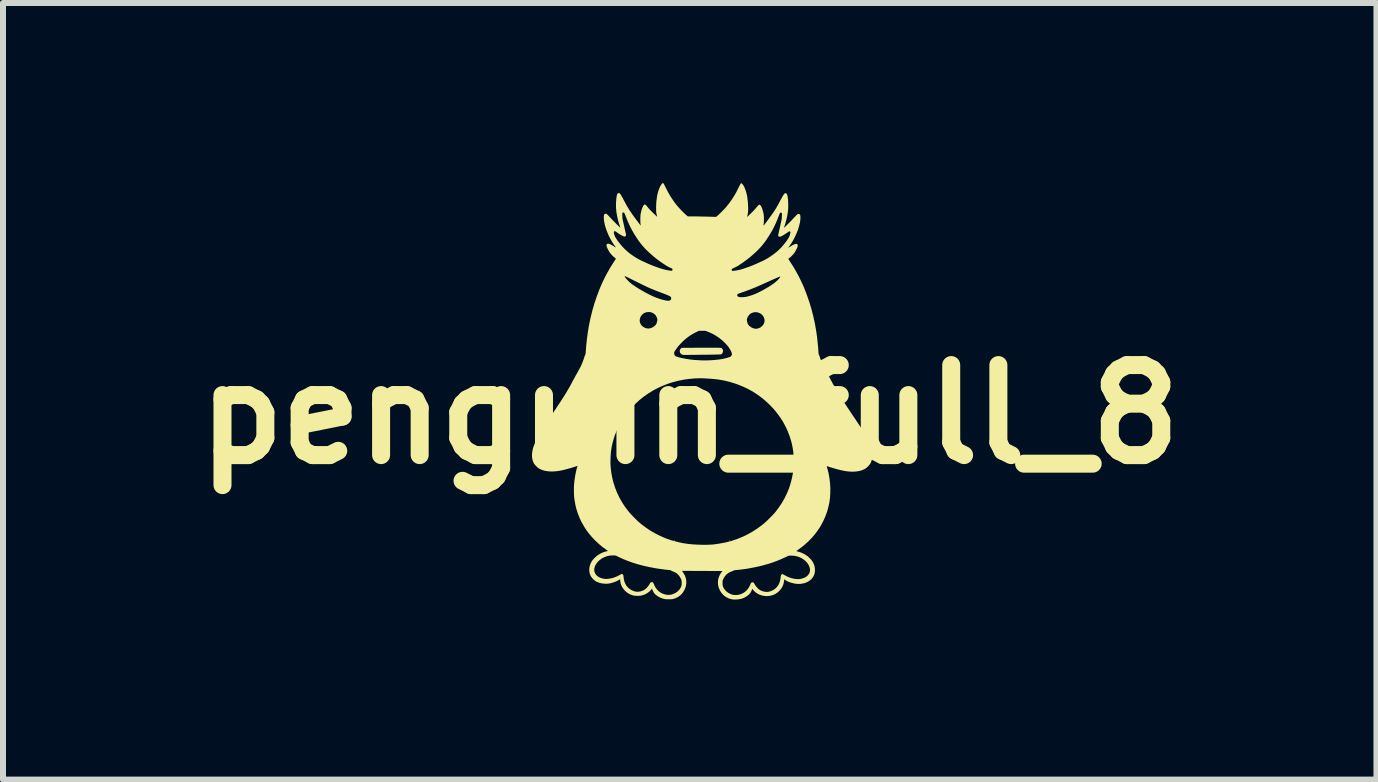
<source format=kicad_pcb>
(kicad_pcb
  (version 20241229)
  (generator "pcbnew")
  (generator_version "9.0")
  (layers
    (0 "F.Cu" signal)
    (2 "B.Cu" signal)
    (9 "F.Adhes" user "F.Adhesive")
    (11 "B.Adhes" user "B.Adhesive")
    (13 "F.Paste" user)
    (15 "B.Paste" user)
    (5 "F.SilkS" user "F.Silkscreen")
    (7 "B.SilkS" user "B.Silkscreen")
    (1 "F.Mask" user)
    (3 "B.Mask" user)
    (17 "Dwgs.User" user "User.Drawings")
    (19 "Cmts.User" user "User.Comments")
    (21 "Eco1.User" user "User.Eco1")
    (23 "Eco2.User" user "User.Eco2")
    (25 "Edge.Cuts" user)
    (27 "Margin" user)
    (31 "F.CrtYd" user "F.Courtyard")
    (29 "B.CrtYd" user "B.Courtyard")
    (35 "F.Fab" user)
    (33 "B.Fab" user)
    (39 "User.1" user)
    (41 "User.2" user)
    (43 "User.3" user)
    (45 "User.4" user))
  (footprint "penguin_full_8"
    (layer "F.Cu")
    (at 8.443 3.855)
    (property "Reference" "penguin_full_8" (at 0 0 0) (layer "F.SilkS") (effects (font (size 1.5 1.5) (thickness 0.3))))
    (attr board_only exclude_from_pos_files exclude_from_bom)
    (fp_poly (pts (xy -0.25 2.099) (xy -0.249 2.104) (xy -0.251 2.109) (xy -0.255 2.108) (xy -0.258 2.105) (xy -0.26 2.101) (xy -0.258 2.098) (xy -0.253 2.096)) (stroke (width 0) (type solid)) (fill yes) (layer "F.SilkS"))
    (fp_poly (pts (xy 0.67 2.095) (xy 0.673 2.099) (xy 0.671 2.102) (xy 0.666 2.106) (xy 0.663 2.105) (xy 0.662 2.101) (xy 0.663 2.094) (xy 0.667 2.093)) (stroke (width 0) (type solid)) (fill yes) (layer "F.SilkS"))
    (fp_poly (pts (xy 0.355 -1.111) (xy 0.386 -1.111) (xy 0.415 -1.111) (xy 0.44 -1.111) (xy 0.461 -1.111) (xy 0.477 -1.111) (xy 0.489 -1.11) (xy 0.495 -1.11) (xy 0.495 -1.11) (xy 0.51 -1.109) (xy 0.52 -1.108) (xy 0.527 -1.106) (xy 0.532 -1.103) (xy 0.537 -1.099) (xy 0.537 -1.099) (xy 0.548 -1.086) (xy 0.554 -1.07) (xy 0.555 -1.053) (xy 0.551 -1.035) (xy 0.543 -1.019) (xy 0.541 -1.015) (xy 0.538 -1.012) (xy 0.536 -1.009) (xy 0.533 -1.006) (xy 0.529 -1.004) (xy 0.524 -1.002) (xy 0.517 -1.001) (xy 0.507 -1) (xy 0.496 -0.999) (xy 0.481 -0.998) (xy 0.463 -0.997) (xy 0.441 -0.997) (xy 0.414 -0.996) (xy 0.383 -0.996) (xy 0.347 -0.995) (xy 0.306 -0.995) (xy 0.273 -0.994) (xy 0.233 -0.994) (xy 0.193 -0.994) (xy 0.154 -0.993) (xy 0.117 -0.993) (xy 0.083 -0.992) (xy 0.051 -0.992) (xy 0.023 -0.992) (xy -0.001 -0.991) (xy -0.02 -0.991) (xy -0.034 -0.991) (xy -0.034 -0.991) (xy -0.054 -0.991) (xy -0.073 -0.991) (xy -0.089 -0.991) (xy -0.101 -0.991) (xy -0.109 -0.992) (xy -0.11 -0.992) (xy -0.128 -0.997) (xy -0.143 -1.006) (xy -0.155 -1.019) (xy -0.163 -1.033) (xy -0.166 -1.049) (xy -0.166 -1.066) (xy -0.16 -1.081) (xy -0.15 -1.096) (xy -0.148 -1.098) (xy -0.141 -1.104) (xy -0.136 -1.108) (xy -0.135 -1.109) (xy -0.131 -1.109) (xy -0.121 -1.109) (xy -0.107 -1.109) (xy -0.088 -1.11) (xy -0.064 -1.11) (xy -0.037 -1.11) (xy -0.007 -1.11) (xy 0.026 -1.11) (xy 0.06 -1.11) (xy 0.097 -1.111) (xy 0.135 -1.111) (xy 0.173 -1.111) (xy 0.211 -1.111) (xy 0.249 -1.111) (xy 0.286 -1.111) (xy 0.322 -1.111)) (stroke (width 0) (type solid)) (fill yes) (layer "F.SilkS"))
    (fp_poly (pts (xy -0.441 -3.854) (xy -0.438 -3.851) (xy -0.433 -3.843) (xy -0.426 -3.831) (xy -0.418 -3.815) (xy -0.409 -3.797) (xy -0.401 -3.782) (xy -0.385 -3.749) (xy -0.371 -3.721) (xy -0.357 -3.696) (xy -0.344 -3.673) (xy -0.331 -3.651) (xy -0.318 -3.628) (xy -0.302 -3.605) (xy -0.294 -3.592) (xy -0.259 -3.541) (xy -0.223 -3.493) (xy -0.188 -3.452) (xy -0.175 -3.438) (xy -0.16 -3.421) (xy -0.143 -3.403) (xy -0.124 -3.384) (xy -0.106 -3.366) (xy -0.089 -3.349) (xy -0.073 -3.335) (xy -0.061 -3.323) (xy -0.055 -3.319) (xy -0.032 -3.299) (xy 0.066 -3.299) (xy 0.089 -3.299) (xy 0.11 -3.299) (xy 0.129 -3.298) (xy 0.148 -3.298) (xy 0.168 -3.298) (xy 0.188 -3.297) (xy 0.21 -3.297) (xy 0.235 -3.296) (xy 0.263 -3.296) (xy 0.295 -3.295) (xy 0.333 -3.294) (xy 0.365 -3.293) (xy 0.439 -3.291) (xy 0.467 -3.314) (xy 0.48 -3.326) (xy 0.496 -3.341) (xy 0.514 -3.359) (xy 0.534 -3.378) (xy 0.553 -3.398) (xy 0.572 -3.417) (xy 0.589 -3.435) (xy 0.601 -3.449) (xy 0.638 -3.494) (xy 0.674 -3.541) (xy 0.707 -3.589) (xy 0.723 -3.614) (xy 0.737 -3.637) (xy 0.751 -3.659) (xy 0.764 -3.681) (xy 0.777 -3.705) (xy 0.79 -3.732) (xy 0.806 -3.763) (xy 0.814 -3.779) (xy 0.824 -3.799) (xy 0.833 -3.817) (xy 0.841 -3.832) (xy 0.847 -3.843) (xy 0.852 -3.849) (xy 0.853 -3.851) (xy 0.862 -3.851) (xy 0.871 -3.845) (xy 0.881 -3.834) (xy 0.892 -3.819) (xy 0.903 -3.801) (xy 0.913 -3.779) (xy 0.923 -3.754) (xy 0.933 -3.728) (xy 0.941 -3.7) (xy 0.949 -3.671) (xy 0.955 -3.643) (xy 0.96 -3.614) (xy 0.961 -3.606) (xy 0.962 -3.59) (xy 0.965 -3.571) (xy 0.967 -3.552) (xy 0.968 -3.54) (xy 0.97 -3.523) (xy 0.971 -3.501) (xy 0.972 -3.477) (xy 0.973 -3.451) (xy 0.973 -3.437) (xy 0.973 -3.413) (xy 0.973 -3.395) (xy 0.972 -3.38) (xy 0.971 -3.367) (xy 0.97 -3.356) (xy 0.967 -3.344) (xy 0.966 -3.335) (xy 0.963 -3.321) (xy 0.96 -3.308) (xy 0.957 -3.298) (xy 0.956 -3.294) (xy 0.956 -3.292) (xy 0.957 -3.292) (xy 0.96 -3.294) (xy 0.966 -3.298) (xy 0.974 -3.306) (xy 0.985 -3.316) (xy 0.999 -3.33) (xy 1.017 -3.348) (xy 1.034 -3.364) (xy 1.051 -3.381) (xy 1.067 -3.398) (xy 1.083 -3.415) (xy 1.096 -3.43) (xy 1.107 -3.442) (xy 1.11 -3.446) (xy 1.126 -3.466) (xy 1.139 -3.48) (xy 1.15 -3.49) (xy 1.159 -3.495) (xy 1.161 -3.495) (xy 1.17 -3.492) (xy 1.179 -3.484) (xy 1.188 -3.47) (xy 1.198 -3.452) (xy 1.207 -3.429) (xy 1.215 -3.404) (xy 1.223 -3.375) (xy 1.23 -3.343) (xy 1.231 -3.338) (xy 1.233 -3.322) (xy 1.235 -3.301) (xy 1.236 -3.276) (xy 1.236 -3.25) (xy 1.236 -3.225) (xy 1.235 -3.2) (xy 1.233 -3.179) (xy 1.232 -3.172) (xy 1.231 -3.16) (xy 1.23 -3.151) (xy 1.23 -3.145) (xy 1.23 -3.145) (xy 1.232 -3.147) (xy 1.238 -3.153) (xy 1.246 -3.164) (xy 1.258 -3.179) (xy 1.271 -3.197) (xy 1.287 -3.218) (xy 1.304 -3.241) (xy 1.323 -3.267) (xy 1.337 -3.286) (xy 1.363 -3.322) (xy 1.386 -3.355) (xy 1.407 -3.386) (xy 1.426 -3.415) (xy 1.444 -3.445) (xy 1.462 -3.476) (xy 1.481 -3.51) (xy 1.501 -3.547) (xy 1.504 -3.554) (xy 1.521 -3.586) (xy 1.536 -3.613) (xy 1.548 -3.635) (xy 1.559 -3.652) (xy 1.567 -3.665) (xy 1.574 -3.674) (xy 1.579 -3.68) (xy 1.58 -3.68) (xy 1.592 -3.686) (xy 1.602 -3.685) (xy 1.612 -3.679) (xy 1.62 -3.668) (xy 1.626 -3.651) (xy 1.627 -3.648) (xy 1.633 -3.617) (xy 1.637 -3.582) (xy 1.64 -3.544) (xy 1.641 -3.505) (xy 1.641 -3.465) (xy 1.64 -3.426) (xy 1.637 -3.39) (xy 1.637 -3.389) (xy 1.631 -3.346) (xy 1.623 -3.301) (xy 1.613 -3.256) (xy 1.602 -3.212) (xy 1.59 -3.17) (xy 1.577 -3.133) (xy 1.569 -3.112) (xy 1.569 -3.11) (xy 1.574 -3.113) (xy 1.582 -3.12) (xy 1.593 -3.13) (xy 1.606 -3.143) (xy 1.622 -3.158) (xy 1.64 -3.176) (xy 1.66 -3.196) (xy 1.681 -3.217) (xy 1.703 -3.24) (xy 1.725 -3.264) (xy 1.746 -3.286) (xy 1.76 -3.3) (xy 1.772 -3.314) (xy 1.783 -3.325) (xy 1.792 -3.333) (xy 1.797 -3.337) (xy 1.798 -3.338) (xy 1.808 -3.34) (xy 1.819 -3.339) (xy 1.83 -3.335) (xy 1.835 -3.332) (xy 1.839 -3.324) (xy 1.843 -3.311) (xy 1.844 -3.293) (xy 1.844 -3.272) (xy 1.843 -3.248) (xy 1.84 -3.222) (xy 1.836 -3.195) (xy 1.833 -3.184) (xy 1.82 -3.129) (xy 1.802 -3.072) (xy 1.779 -3.015) (xy 1.753 -2.958) (xy 1.724 -2.902) (xy 1.692 -2.849) (xy 1.659 -2.8) (xy 1.655 -2.795) (xy 1.648 -2.786) (xy 1.644 -2.78) (xy 1.642 -2.776) (xy 1.642 -2.776) (xy 1.645 -2.778) (xy 1.652 -2.782) (xy 1.662 -2.788) (xy 1.674 -2.795) (xy 1.677 -2.797) (xy 1.704 -2.814) (xy 1.728 -2.827) (xy 1.747 -2.835) (xy 1.763 -2.84) (xy 1.776 -2.842) (xy 1.786 -2.839) (xy 1.793 -2.833) (xy 1.796 -2.828) (xy 1.799 -2.818) (xy 1.799 -2.806) (xy 1.797 -2.795) (xy 1.794 -2.787) (xy 1.789 -2.775) (xy 1.782 -2.76) (xy 1.774 -2.743) (xy 1.765 -2.727) (xy 1.756 -2.712) (xy 1.749 -2.699) (xy 1.748 -2.697) (xy 1.734 -2.679) (xy 1.718 -2.66) (xy 1.698 -2.64) (xy 1.679 -2.621) (xy 1.664 -2.61) (xy 1.654 -2.601) (xy 1.647 -2.594) (xy 1.644 -2.59) (xy 1.644 -2.589) (xy 1.646 -2.585) (xy 1.651 -2.577) (xy 1.658 -2.566) (xy 1.667 -2.553) (xy 1.672 -2.545) (xy 1.721 -2.469) (xy 1.768 -2.389) (xy 1.813 -2.307) (xy 1.854 -2.224) (xy 1.892 -2.142) (xy 1.907 -2.106) (xy 1.951 -1.992) (xy 1.992 -1.875) (xy 2.028 -1.755) (xy 2.059 -1.634) (xy 2.086 -1.512) (xy 2.107 -1.391) (xy 2.124 -1.272) (xy 2.126 -1.247) (xy 2.128 -1.226) (xy 2.131 -1.202) (xy 2.133 -1.179) (xy 2.135 -1.159) (xy 2.137 -1.141) (xy 2.139 -1.118) (xy 2.141 -1.095) (xy 2.143 -1.071) (xy 2.143 -1.061) (xy 2.145 -1.041) (xy 2.146 -1.025) (xy 2.147 -1.014) (xy 2.149 -1.005) (xy 2.151 -0.998) (xy 2.154 -0.991) (xy 2.156 -0.987) (xy 2.161 -0.974) (xy 2.167 -0.959) (xy 2.171 -0.945) (xy 2.176 -0.929) (xy 2.183 -0.909) (xy 2.191 -0.887) (xy 2.2 -0.864) (xy 2.209 -0.842) (xy 2.217 -0.822) (xy 2.224 -0.806) (xy 2.227 -0.799) (xy 2.232 -0.789) (xy 2.24 -0.775) (xy 2.249 -0.758) (xy 2.26 -0.739) (xy 2.271 -0.719) (xy 2.277 -0.708) (xy 2.293 -0.679) (xy 2.306 -0.655) (xy 2.318 -0.634) (xy 2.328 -0.616) (xy 2.337 -0.6) (xy 2.345 -0.585) (xy 2.353 -0.57) (xy 2.361 -0.555) (xy 2.37 -0.538) (xy 2.38 -0.519) (xy 2.383 -0.514) (xy 2.394 -0.494) (xy 2.405 -0.474) (xy 2.415 -0.454) (xy 2.426 -0.435) (xy 2.437 -0.416) (xy 2.448 -0.397) (xy 2.46 -0.376) (xy 2.473 -0.355) (xy 2.487 -0.333) (xy 2.502 -0.31) (xy 2.518 -0.284) (xy 2.536 -0.257) (xy 2.555 -0.227) (xy 2.576 -0.194) (xy 2.6 -0.159) (xy 2.625 -0.12) (xy 2.654 -0.078) (xy 2.684 -0.032) (xy 2.718 0.019) (xy 2.755 0.073) (xy 2.794 0.132) (xy 2.813 0.16) (xy 2.861 0.234) (xy 2.904 0.308) (xy 2.945 0.384) (xy 2.953 0.4) (xy 2.97 0.434) (xy 2.984 0.464) (xy 2.995 0.489) (xy 3.005 0.512) (xy 3.013 0.533) (xy 3.019 0.552) (xy 3.025 0.571) (xy 3.028 0.581) (xy 3.037 0.627) (xy 3.041 0.671) (xy 3.04 0.713) (xy 3.035 0.752) (xy 3.024 0.789) (xy 3.01 0.818) (xy 3 0.833) (xy 2.986 0.85) (xy 2.97 0.867) (xy 2.953 0.883) (xy 2.937 0.896) (xy 2.93 0.901) (xy 2.896 0.92) (xy 2.857 0.935) (xy 2.814 0.945) (xy 2.768 0.952) (xy 2.718 0.955) (xy 2.665 0.953) (xy 2.609 0.947) (xy 2.578 0.942) (xy 2.554 0.937) (xy 2.526 0.931) (xy 2.494 0.923) (xy 2.46 0.915) (xy 2.425 0.905) (xy 2.39 0.895) (xy 2.356 0.885) (xy 2.325 0.875) (xy 2.31 0.87) (xy 2.297 0.866) (xy 2.288 0.863) (xy 2.284 0.863) (xy 2.282 0.864) (xy 2.283 0.867) (xy 2.283 0.868) (xy 2.287 0.878) (xy 2.291 0.893) (xy 2.296 0.911) (xy 2.301 0.931) (xy 2.306 0.951) (xy 2.311 0.971) (xy 2.313 0.978) (xy 2.328 1.062) (xy 2.338 1.146) (xy 2.343 1.229) (xy 2.342 1.311) (xy 2.337 1.391) (xy 2.327 1.466) (xy 2.31 1.544) (xy 2.289 1.62) (xy 2.262 1.695) (xy 2.229 1.769) (xy 2.191 1.842) (xy 2.175 1.87) (xy 2.134 1.932) (xy 2.088 1.994) (xy 2.037 2.054) (xy 1.982 2.111) (xy 1.922 2.166) (xy 1.859 2.217) (xy 1.8 2.26) (xy 1.789 2.268) (xy 1.781 2.275) (xy 1.777 2.279) (xy 1.777 2.28) (xy 1.783 2.281) (xy 1.792 2.283) (xy 1.794 2.284) (xy 1.818 2.289) (xy 1.846 2.299) (xy 1.875 2.311) (xy 1.904 2.325) (xy 1.932 2.341) (xy 1.953 2.355) (xy 1.972 2.37) (xy 1.992 2.389) (xy 2.012 2.409) (xy 2.03 2.429) (xy 2.044 2.449) (xy 2.049 2.457) (xy 2.066 2.491) (xy 2.079 2.527) (xy 2.085 2.564) (xy 2.087 2.6) (xy 2.083 2.636) (xy 2.074 2.67) (xy 2.063 2.695) (xy 2.044 2.725) (xy 2.02 2.752) (xy 1.992 2.774) (xy 1.96 2.793) (xy 1.924 2.808) (xy 1.885 2.818) (xy 1.844 2.824) (xy 1.814 2.825) (xy 1.784 2.824) (xy 1.757 2.821) (xy 1.729 2.815) (xy 1.698 2.807) (xy 1.684 2.802) (xy 1.661 2.794) (xy 1.642 2.787) (xy 1.627 2.78) (xy 1.614 2.773) (xy 1.6 2.766) (xy 1.595 2.762) (xy 1.574 2.748) (xy 1.572 2.765) (xy 1.568 2.795) (xy 1.563 2.821) (xy 1.555 2.845) (xy 1.545 2.868) (xy 1.533 2.889) (xy 1.521 2.907) (xy 1.505 2.926) (xy 1.487 2.946) (xy 1.468 2.963) (xy 1.457 2.972) (xy 1.424 2.993) (xy 1.389 3.009) (xy 1.352 3.02) (xy 1.314 3.026) (xy 1.275 3.028) (xy 1.237 3.024) (xy 1.199 3.016) (xy 1.163 3.004) (xy 1.128 2.986) (xy 1.097 2.965) (xy 1.069 2.939) (xy 1.06 2.928) (xy 1.043 2.907) (xy 1.03 2.936) (xy 1.019 2.958) (xy 1.009 2.976) (xy 0.997 2.991) (xy 0.983 3.005) (xy 0.966 3.019) (xy 0.945 3.033) (xy 0.939 3.037) (xy 0.922 3.047) (xy 0.906 3.055) (xy 0.89 3.062) (xy 0.871 3.069) (xy 0.848 3.075) (xy 0.83 3.079) (xy 0.808 3.082) (xy 0.784 3.084) (xy 0.759 3.085) (xy 0.736 3.085) (xy 0.715 3.083) (xy 0.702 3.081) (xy 0.66 3.07) (xy 0.622 3.053) (xy 0.587 3.031) (xy 0.556 3.005) (xy 0.529 2.974) (xy 0.506 2.939) (xy 0.498 2.922) (xy 0.488 2.899) (xy 0.48 2.877) (xy 0.475 2.854) (xy 0.471 2.827) (xy 0.471 2.824) (xy 0.47 2.801) (xy 0.547 2.801) (xy 0.547 2.812) (xy 0.547 2.829) (xy 0.548 2.841) (xy 0.549 2.851) (xy 0.551 2.86) (xy 0.554 2.869) (xy 0.555 2.871) (xy 0.571 2.903) (xy 0.592 2.931) (xy 0.617 2.955) (xy 0.648 2.977) (xy 0.683 2.994) (xy 0.707 3.003) (xy 0.73 3.008) (xy 0.757 3.01) (xy 0.786 3.009) (xy 0.814 3.005) (xy 0.822 3.004) (xy 0.859 2.992) (xy 0.894 2.975) (xy 0.926 2.953) (xy 0.954 2.927) (xy 0.978 2.895) (xy 0.998 2.86) (xy 0.999 2.857) (xy 1.005 2.844) (xy 1.012 2.829) (xy 1.015 2.822) (xy 1.02 2.811) (xy 1.026 2.805) (xy 1.033 2.801) (xy 1.047 2.797) (xy 1.059 2.8) (xy 1.069 2.809) (xy 1.078 2.823) (xy 1.084 2.835) (xy 1.094 2.85) (xy 1.106 2.866) (xy 1.119 2.881) (xy 1.131 2.895) (xy 1.142 2.906) (xy 1.145 2.909) (xy 1.176 2.93) (xy 1.209 2.945) (xy 1.243 2.954) (xy 1.278 2.958) (xy 1.28 2.958) (xy 1.304 2.957) (xy 1.325 2.953) (xy 1.346 2.947) (xy 1.369 2.938) (xy 1.378 2.933) (xy 1.41 2.915) (xy 1.438 2.892) (xy 1.461 2.866) (xy 1.48 2.838) (xy 1.494 2.807) (xy 1.505 2.774) (xy 1.512 2.736) (xy 1.515 2.715) (xy 1.517 2.698) (xy 1.519 2.687) (xy 1.521 2.68) (xy 1.523 2.676) (xy 1.524 2.676) (xy 1.529 2.67) (xy 1.531 2.666) (xy 1.536 2.662) (xy 1.543 2.661) (xy 1.551 2.662) (xy 1.555 2.665) (xy 1.56 2.669) (xy 1.562 2.67) (xy 1.566 2.671) (xy 1.574 2.675) (xy 1.585 2.681) (xy 1.592 2.685) (xy 1.625 2.702) (xy 1.66 2.717) (xy 1.697 2.729) (xy 1.735 2.738) (xy 1.771 2.743) (xy 1.805 2.745) (xy 1.831 2.744) (xy 1.866 2.737) (xy 1.898 2.727) (xy 1.927 2.714) (xy 1.952 2.697) (xy 1.972 2.677) (xy 1.988 2.655) (xy 1.999 2.63) (xy 2.004 2.604) (xy 2.004 2.602) (xy 2.003 2.573) (xy 1.996 2.544) (xy 1.984 2.515) (xy 1.967 2.487) (xy 1.945 2.46) (xy 1.919 2.435) (xy 1.889 2.412) (xy 1.856 2.392) (xy 1.849 2.389) (xy 1.808 2.371) (xy 1.764 2.36) (xy 1.719 2.354) (xy 1.682 2.353) (xy 1.646 2.355) (xy 1.597 2.379) (xy 1.519 2.414) (xy 1.439 2.447) (xy 1.357 2.476) (xy 1.271 2.502) (xy 1.181 2.526) (xy 1.086 2.547) (xy 0.991 2.565) (xy 0.969 2.569) (xy 0.943 2.573) (xy 0.915 2.577) (xy 0.885 2.581) (xy 0.856 2.585) (xy 0.828 2.588) (xy 0.802 2.591) (xy 0.78 2.593) (xy 0.765 2.595) (xy 0.751 2.596) (xy 0.74 2.598) (xy 0.732 2.601) (xy 0.726 2.605) (xy 0.717 2.61) (xy 0.704 2.615) (xy 0.691 2.62) (xy 0.689 2.621) (xy 0.662 2.632) (xy 0.638 2.647) (xy 0.615 2.665) (xy 0.61 2.67) (xy 0.587 2.696) (xy 0.568 2.724) (xy 0.556 2.75) (xy 0.552 2.76) (xy 0.549 2.769) (xy 0.548 2.777) (xy 0.547 2.788) (xy 0.547 2.801) (xy 0.47 2.801) (xy 0.47 2.787) (xy 0.474 2.75) (xy 0.484 2.713) (xy 0.5 2.677) (xy 0.52 2.642) (xy 0.537 2.619) (xy 0.545 2.61) (xy 0.41 2.61) (xy 0.382 2.61) (xy 0.348 2.61) (xy 0.311 2.609) (xy 0.271 2.609) (xy 0.228 2.609) (xy 0.185 2.609) (xy 0.142 2.609) (xy 0.101 2.608) (xy 0.072 2.608) (xy -0.132 2.607) (xy -0.124 2.616) (xy -0.101 2.649) (xy -0.082 2.684) (xy -0.068 2.721) (xy -0.059 2.758) (xy -0.057 2.795) (xy -0.058 2.821) (xy -0.062 2.847) (xy -0.066 2.869) (xy -0.073 2.889) (xy -0.082 2.911) (xy -0.088 2.924) (xy -0.109 2.961) (xy -0.134 2.993) (xy -0.163 3.02) (xy -0.197 3.043) (xy -0.235 3.062) (xy -0.276 3.075) (xy -0.285 3.078) (xy -0.296 3.079) (xy -0.308 3.08) (xy -0.324 3.081) (xy -0.343 3.081) (xy -0.351 3.081) (xy -0.371 3.081) (xy -0.387 3.08) (xy -0.4 3.08) (xy -0.41 3.078) (xy -0.42 3.076) (xy -0.431 3.074) (xy -0.434 3.073) (xy -0.457 3.066) (xy -0.476 3.06) (xy -0.492 3.053) (xy -0.507 3.045) (xy -0.524 3.036) (xy -0.526 3.034) (xy -0.549 3.019) (xy -0.567 3.005) (xy -0.581 2.992) (xy -0.594 2.977) (xy -0.604 2.96) (xy -0.615 2.939) (xy -0.617 2.933) (xy -0.63 2.904) (xy -0.647 2.925) (xy -0.673 2.952) (xy -0.703 2.975) (xy -0.736 2.994) (xy -0.772 3.009) (xy -0.809 3.019) (xy -0.848 3.024) (xy -0.886 3.024) (xy -0.925 3.02) (xy -0.962 3.011) (xy -0.998 2.997) (xy -1.032 2.978) (xy -1.044 2.969) (xy -1.063 2.953) (xy -1.082 2.935) (xy -1.099 2.915) (xy -1.114 2.896) (xy -1.121 2.886) (xy -1.134 2.862) (xy -1.143 2.839) (xy -1.151 2.816) (xy -1.156 2.789) (xy -1.159 2.762) (xy -1.161 2.745) (xy -1.182 2.759) (xy -1.195 2.767) (xy -1.208 2.774) (xy -1.223 2.781) (xy -1.24 2.788) (xy -1.261 2.796) (xy -1.271 2.799) (xy -1.303 2.809) (xy -1.332 2.816) (xy -1.359 2.82) (xy -1.388 2.822) (xy -1.401 2.822) (xy -1.444 2.819) (xy -1.484 2.812) (xy -1.522 2.801) (xy -1.556 2.786) (xy -1.575 2.774) (xy -1.601 2.754) (xy -1.623 2.731) (xy -1.643 2.704) (xy -1.658 2.677) (xy -1.667 2.65) (xy -1.673 2.613) (xy -1.674 2.594) (xy -1.592 2.594) (xy -1.591 2.599) (xy -1.586 2.626) (xy -1.576 2.65) (xy -1.561 2.673) (xy -1.54 2.693) (xy -1.516 2.71) (xy -1.487 2.724) (xy -1.455 2.734) (xy -1.42 2.74) (xy -1.418 2.741) (xy -1.386 2.742) (xy -1.352 2.739) (xy -1.315 2.733) (xy -1.277 2.724) (xy -1.24 2.711) (xy -1.206 2.696) (xy -1.179 2.682) (xy -1.168 2.676) (xy -1.158 2.671) (xy -1.152 2.667) (xy -1.15 2.667) (xy -1.145 2.665) (xy -1.143 2.662) (xy -1.136 2.659) (xy -1.129 2.658) (xy -1.122 2.66) (xy -1.119 2.663) (xy -1.115 2.669) (xy -1.111 2.673) (xy -1.108 2.677) (xy -1.106 2.683) (xy -1.104 2.694) (xy -1.103 2.709) (xy -1.102 2.712) (xy -1.097 2.752) (xy -1.088 2.787) (xy -1.075 2.819) (xy -1.059 2.848) (xy -1.048 2.863) (xy -1.024 2.89) (xy -0.996 2.912) (xy -0.965 2.93) (xy -0.941 2.941) (xy -0.92 2.949) (xy -0.899 2.953) (xy -0.876 2.955) (xy -0.867 2.955) (xy -0.832 2.952) (xy -0.798 2.943) (xy -0.765 2.928) (xy -0.734 2.907) (xy -0.733 2.906) (xy -0.722 2.896) (xy -0.71 2.883) (xy -0.697 2.868) (xy -0.685 2.852) (xy -0.675 2.837) (xy -0.667 2.824) (xy -0.665 2.82) (xy -0.657 2.806) (xy -0.646 2.797) (xy -0.634 2.794) (xy -0.621 2.798) (xy -0.613 2.802) (xy -0.608 2.809) (xy -0.602 2.819) (xy -0.596 2.832) (xy -0.59 2.847) (xy -0.586 2.854) (xy -0.567 2.89) (xy -0.543 2.921) (xy -0.515 2.948) (xy -0.484 2.971) (xy -0.449 2.988) (xy -0.411 3) (xy -0.384 3.006) (xy -0.364 3.007) (xy -0.342 3.007) (xy -0.321 3.005) (xy -0.302 3.001) (xy -0.299 3.001) (xy -0.262 2.987) (xy -0.229 2.97) (xy -0.2 2.948) (xy -0.175 2.923) (xy -0.155 2.895) (xy -0.142 2.868) (xy -0.139 2.858) (xy -0.137 2.85) (xy -0.135 2.84) (xy -0.134 2.828) (xy -0.134 2.812) (xy -0.134 2.809) (xy -0.134 2.792) (xy -0.135 2.78) (xy -0.136 2.771) (xy -0.138 2.762) (xy -0.141 2.753) (xy -0.143 2.747) (xy -0.159 2.716) (xy -0.178 2.688) (xy -0.197 2.667) (xy -0.22 2.647) (xy -0.244 2.632) (xy -0.271 2.62) (xy -0.277 2.618) (xy -0.29 2.613) (xy -0.303 2.607) (xy -0.312 2.602) (xy -0.313 2.602) (xy -0.32 2.597) (xy -0.328 2.595) (xy -0.339 2.593) (xy -0.353 2.592) (xy -0.371 2.59) (xy -0.393 2.588) (xy -0.42 2.585) (xy -0.448 2.581) (xy -0.478 2.577) (xy -0.507 2.573) (xy -0.535 2.569) (xy -0.56 2.565) (xy -0.578 2.562) (xy -0.678 2.543) (xy -0.772 2.522) (xy -0.862 2.498) (xy -0.948 2.472) (xy -1.031 2.442) (xy -1.11 2.41) (xy -1.184 2.376) (xy -1.233 2.352) (xy -1.269 2.35) (xy -1.315 2.351) (xy -1.36 2.358) (xy -1.403 2.371) (xy -1.437 2.386) (xy -1.471 2.405) (xy -1.501 2.428) (xy -1.528 2.452) (xy -1.551 2.479) (xy -1.569 2.507) (xy -1.582 2.536) (xy -1.589 2.565) (xy -1.592 2.594) (xy -1.674 2.594) (xy -1.674 2.575) (xy -1.669 2.537) (xy -1.658 2.499) (xy -1.642 2.464) (xy -1.636 2.454) (xy -1.624 2.435) (xy -1.607 2.415) (xy -1.588 2.394) (xy -1.568 2.375) (xy -1.549 2.358) (xy -1.54 2.352) (xy -1.515 2.335) (xy -1.487 2.319) (xy -1.458 2.305) (xy -1.429 2.294) (xy -1.401 2.285) (xy -1.381 2.28) (xy -1.372 2.279) (xy -1.365 2.277) (xy -1.365 2.277) (xy -1.365 2.275) (xy -1.37 2.27) (xy -1.379 2.263) (xy -1.387 2.257) (xy -1.453 2.21) (xy -1.515 2.158) (xy -1.574 2.103) (xy -1.629 2.045) (xy -1.68 1.985) (xy -1.726 1.923) (xy -1.762 1.866) (xy -1.802 1.795) (xy -1.836 1.724) (xy -1.864 1.653) (xy -1.888 1.579) (xy -1.906 1.504) (xy -1.92 1.425) (xy -1.924 1.397) (xy -1.926 1.373) (xy -1.928 1.345) (xy -1.929 1.314) (xy -1.93 1.282) (xy -1.93 1.249) (xy -1.93 1.218) (xy -1.929 1.19) (xy -1.928 1.173) (xy -1.925 1.139) (xy -1.921 1.102) (xy -1.915 1.064) (xy -1.909 1.027) (xy -1.903 0.99) (xy -1.895 0.955) (xy -1.888 0.923) (xy -1.881 0.895) (xy -1.873 0.872) (xy -1.871 0.865) (xy -1.87 0.861) (xy -1.871 0.86) (xy -1.875 0.86) (xy -1.883 0.862) (xy -1.896 0.866) (xy -1.897 0.867) (xy -1.926 0.877) (xy -1.959 0.886) (xy -1.993 0.897) (xy -2.028 0.906) (xy -2.063 0.916) (xy -2.096 0.924) (xy -2.126 0.931) (xy -2.152 0.937) (xy -2.165 0.939) (xy -2.222 0.947) (xy -2.277 0.951) (xy -2.329 0.951) (xy -2.377 0.946) (xy -2.422 0.938) (xy -2.463 0.925) (xy -2.5 0.908) (xy -2.518 0.898) (xy -2.533 0.886) (xy -2.55 0.871) (xy -2.567 0.854) (xy -2.582 0.837) (xy -2.594 0.821) (xy -2.597 0.815) (xy -2.61 0.788) (xy -1.321 0.788) (xy -1.321 0.823) (xy -1.319 0.854) (xy -1.318 0.873) (xy -1.308 0.964) (xy -1.292 1.053) (xy -1.27 1.14) (xy -1.242 1.226) (xy -1.209 1.309) (xy -1.17 1.39) (xy -1.125 1.469) (xy -1.074 1.546) (xy -1.017 1.621) (xy -1.016 1.622) (xy -1 1.64) (xy -0.981 1.662) (xy -0.959 1.685) (xy -0.935 1.71) (xy -0.91 1.735) (xy -0.885 1.759) (xy -0.862 1.782) (xy -0.839 1.802) (xy -0.82 1.818) (xy -0.818 1.82) (xy -0.739 1.88) (xy -0.659 1.935) (xy -0.576 1.983) (xy -0.491 2.026) (xy -0.403 2.064) (xy -0.312 2.096) (xy -0.218 2.122) (xy -0.122 2.144) (xy -0.071 2.152) (xy -0.028 2.158) (xy 0.019 2.163) (xy 0.07 2.167) (xy 0.123 2.17) (xy 0.176 2.172) (xy 0.229 2.173) (xy 0.28 2.173) (xy 0.329 2.171) (xy 0.373 2.169) (xy 0.396 2.167) (xy 0.495 2.153) (xy 0.592 2.135) (xy 0.687 2.111) (xy 0.779 2.081) (xy 0.868 2.045) (xy 0.955 2.004) (xy 1.039 1.958) (xy 1.121 1.905) (xy 1.2 1.847) (xy 1.23 1.823) (xy 1.249 1.807) (xy 1.271 1.788) (xy 1.295 1.765) (xy 1.319 1.741) (xy 1.344 1.716) (xy 1.369 1.692) (xy 1.391 1.668) (xy 1.411 1.646) (xy 1.427 1.627) (xy 1.429 1.625) (xy 1.485 1.55) (xy 1.537 1.473) (xy 1.582 1.394) (xy 1.621 1.313) (xy 1.655 1.23) (xy 1.682 1.145) (xy 1.704 1.058) (xy 1.721 0.969) (xy 1.731 0.878) (xy 1.731 0.876) (xy 1.733 0.849) (xy 1.733 0.816) (xy 1.733 0.781) (xy 1.733 0.744) (xy 1.731 0.708) (xy 1.729 0.673) (xy 1.727 0.641) (xy 1.725 0.621) (xy 1.711 0.535) (xy 1.692 0.45) (xy 1.666 0.368) (xy 1.635 0.286) (xy 1.599 0.207) (xy 1.558 0.13) (xy 1.511 0.056) (xy 1.459 -0.016) (xy 1.403 -0.085) (xy 1.342 -0.15) (xy 1.277 -0.212) (xy 1.208 -0.271) (xy 1.134 -0.325) (xy 1.057 -0.376) (xy 1.025 -0.394) (xy 0.955 -0.432) (xy 0.881 -0.466) (xy 0.802 -0.498) (xy 0.75 -0.516) (xy 0.661 -0.543) (xy 0.573 -0.564) (xy 0.484 -0.58) (xy 0.393 -0.591) (xy 0.343 -0.594) (xy 0.32 -0.596) (xy 0.294 -0.597) (xy 0.267 -0.599) (xy 0.243 -0.6) (xy 0.235 -0.601) (xy 0.202 -0.602) (xy 0.165 -0.602) (xy 0.123 -0.601) (xy 0.08 -0.599) (xy 0.034 -0.595) (xy -0.011 -0.591) (xy -0.056 -0.585) (xy -0.098 -0.579) (xy -0.125 -0.574) (xy -0.208 -0.556) (xy -0.291 -0.534) (xy -0.373 -0.507) (xy -0.454 -0.475) (xy -0.531 -0.44) (xy -0.604 -0.402) (xy -0.612 -0.397) (xy -0.692 -0.348) (xy -0.769 -0.294) (xy -0.841 -0.236) (xy -0.909 -0.173) (xy -0.973 -0.107) (xy -1.033 -0.037) (xy -1.087 0.036) (xy -1.136 0.112) (xy -1.136 0.112) (xy -1.18 0.192) (xy -1.218 0.273) (xy -1.25 0.354) (xy -1.276 0.438) (xy -1.297 0.522) (xy -1.311 0.608) (xy -1.312 0.617) (xy -1.315 0.646) (xy -1.317 0.679) (xy -1.319 0.715) (xy -1.32 0.752) (xy -1.321 0.788) (xy -2.61 0.788) (xy -2.613 0.782) (xy -2.623 0.745) (xy -2.628 0.706) (xy -2.628 0.664) (xy -2.623 0.619) (xy -2.615 0.578) (xy -2.61 0.559) (xy -2.604 0.54) (xy -2.596 0.52) (xy -2.588 0.498) (xy -2.577 0.474) (xy -2.564 0.447) (xy -2.549 0.415) (xy -2.54 0.397) (xy -2.5 0.32) (xy -2.457 0.246) (xy -2.411 0.172) (xy -2.4 0.157) (xy -2.366 0.106) (xy -2.335 0.059) (xy -2.306 0.017) (xy -2.28 -0.022) (xy -2.257 -0.056) (xy -2.236 -0.088) (xy -2.217 -0.117) (xy -2.199 -0.144) (xy -2.183 -0.168) (xy -2.167 -0.191) (xy -2.153 -0.213) (xy -2.139 -0.234) (xy -2.126 -0.255) (xy -2.112 -0.276) (xy -2.099 -0.297) (xy -2.088 -0.315) (xy -2.064 -0.352) (xy -2.04 -0.393) (xy -2.014 -0.437) (xy -1.988 -0.484) (xy -1.97 -0.517) (xy -1.96 -0.537) (xy -1.951 -0.554) (xy -1.942 -0.57) (xy -1.934 -0.585) (xy -1.926 -0.599) (xy -1.917 -0.615) (xy -1.908 -0.633) (xy -1.897 -0.653) (xy -1.883 -0.676) (xy -1.868 -0.704) (xy -1.864 -0.711) (xy -1.853 -0.731) (xy -1.842 -0.751) (xy -1.832 -0.77) (xy -1.823 -0.785) (xy -1.817 -0.798) (xy -1.815 -0.802) (xy -1.808 -0.816) (xy -1.801 -0.834) (xy -1.792 -0.855) (xy -1.783 -0.877) (xy -1.775 -0.9) (xy -1.767 -0.921) (xy -1.761 -0.94) (xy -1.758 -0.948) (xy -1.754 -0.963) (xy -1.748 -0.978) (xy -1.743 -0.99) (xy -1.74 -0.997) (xy -1.737 -1.004) (xy -1.736 -1.012) (xy -1.734 -1.021) (xy -0.26 -1.021) (xy -0.26 -1.019) (xy -0.257 -1) (xy -0.25 -0.984) (xy -0.239 -0.973) (xy -0.236 -0.971) (xy -0.221 -0.964) (xy -0.202 -0.957) (xy -0.178 -0.95) (xy -0.15 -0.943) (xy -0.116 -0.936) (xy -0.076 -0.928) (xy -0.046 -0.923) (xy 0.013 -0.914) (xy 0.076 -0.907) (xy 0.142 -0.903) (xy 0.21 -0.9) (xy 0.278 -0.9) (xy 0.344 -0.902) (xy 0.349 -0.902) (xy 0.404 -0.906) (xy 0.454 -0.911) (xy 0.5 -0.916) (xy 0.542 -0.923) (xy 0.581 -0.931) (xy 0.619 -0.941) (xy 0.636 -0.946) (xy 0.654 -0.952) (xy 0.667 -0.956) (xy 0.676 -0.96) (xy 0.682 -0.965) (xy 0.688 -0.97) (xy 0.691 -0.975) (xy 0.7 -0.99) (xy 0.703 -1.003) (xy 0.702 -1.016) (xy 0.698 -1.029) (xy 0.683 -1.063) (xy 0.664 -1.096) (xy 0.641 -1.13) (xy 0.612 -1.164) (xy 0.589 -1.189) (xy 0.542 -1.233) (xy 0.491 -1.274) (xy 0.436 -1.311) (xy 0.378 -1.344) (xy 0.317 -1.371) (xy 0.296 -1.38) (xy 0.26 -1.393) (xy 0.208 -1.393) (xy 0.156 -1.393) (xy 0.119 -1.377) (xy 0.094 -1.364) (xy 0.065 -1.349) (xy 0.036 -1.332) (xy 0.008 -1.315) (xy -0.017 -1.298) (xy -0.021 -1.295) (xy -0.066 -1.26) (xy -0.11 -1.221) (xy -0.152 -1.179) (xy -0.191 -1.135) (xy -0.225 -1.09) (xy -0.247 -1.058) (xy -0.254 -1.046) (xy -0.258 -1.038) (xy -0.259 -1.03) (xy -0.26 -1.021) (xy -1.734 -1.021) (xy -1.734 -1.022) (xy -1.733 -1.035) (xy -1.732 -1.052) (xy -1.731 -1.064) (xy -1.729 -1.086) (xy -1.727 -1.11) (xy -1.726 -1.133) (xy -1.724 -1.154) (xy -1.723 -1.163) (xy -1.721 -1.183) (xy -1.718 -1.207) (xy -1.716 -1.231) (xy -1.714 -1.25) (xy -1.698 -1.369) (xy -1.678 -1.49) (xy -1.661 -1.57) (xy -0.834 -1.57) (xy -0.832 -1.544) (xy -0.825 -1.52) (xy -0.813 -1.497) (xy -0.797 -1.477) (xy -0.776 -1.459) (xy -0.752 -1.445) (xy -0.724 -1.435) (xy -0.717 -1.434) (xy -0.692 -1.431) (xy -0.666 -1.433) (xy -0.645 -1.439) (xy -0.619 -1.45) (xy -0.595 -1.465) (xy -0.584 -1.475) (xy -0.57 -1.489) (xy -0.56 -1.502) (xy -0.553 -1.517) (xy -0.547 -1.536) (xy -0.545 -1.544) (xy -0.542 -1.558) (xy -0.54 -1.569) (xy -0.54 -1.572) (xy 0.952 -1.572) (xy 0.953 -1.563) (xy 0.955 -1.551) (xy 0.958 -1.541) (xy 0.963 -1.52) (xy 0.97 -1.504) (xy 0.979 -1.49) (xy 0.991 -1.477) (xy 0.995 -1.473) (xy 1.021 -1.453) (xy 1.048 -1.439) (xy 1.078 -1.43) (xy 1.082 -1.429) (xy 1.093 -1.427) (xy 1.102 -1.427) (xy 1.109 -1.427) (xy 1.118 -1.428) (xy 1.128 -1.43) (xy 1.158 -1.439) (xy 1.184 -1.453) (xy 1.206 -1.471) (xy 1.224 -1.493) (xy 1.238 -1.517) (xy 1.245 -1.54) (xy 1.247 -1.565) (xy 1.244 -1.591) (xy 1.235 -1.616) (xy 1.222 -1.639) (xy 1.205 -1.66) (xy 1.184 -1.677) (xy 1.181 -1.679) (xy 1.155 -1.692) (xy 1.126 -1.701) (xy 1.097 -1.703) (xy 1.068 -1.701) (xy 1.04 -1.692) (xy 1.02 -1.683) (xy 1 -1.668) (xy 0.982 -1.648) (xy 0.967 -1.625) (xy 0.957 -1.6) (xy 0.954 -1.588) (xy 0.952 -1.579) (xy 0.952 -1.572) (xy -0.54 -1.572) (xy -0.539 -1.577) (xy -0.54 -1.585) (xy -0.541 -1.591) (xy -0.55 -1.62) (xy -0.564 -1.645) (xy -0.582 -1.666) (xy -0.604 -1.683) (xy -0.629 -1.696) (xy -0.657 -1.704) (xy -0.684 -1.706) (xy -0.715 -1.703) (xy -0.744 -1.695) (xy -0.77 -1.682) (xy -0.792 -1.663) (xy -0.811 -1.64) (xy -0.821 -1.621) (xy -0.83 -1.595) (xy -0.834 -1.57) (xy -1.661 -1.57) (xy -1.652 -1.612) (xy -1.622 -1.733) (xy -1.587 -1.853) (xy -1.547 -1.971) (xy -1.504 -2.086) (xy -1.494 -2.109) (xy -1.459 -2.19) (xy -1.419 -2.273) (xy -1.405 -2.3) (xy -1.084 -2.3) (xy -1.082 -2.293) (xy -1.075 -2.282) (xy -1.065 -2.269) (xy -1.052 -2.254) (xy -1.037 -2.238) (xy -1.021 -2.221) (xy -1.003 -2.204) (xy -0.984 -2.188) (xy -0.966 -2.173) (xy -0.955 -2.164) (xy -0.918 -2.139) (xy -0.877 -2.112) (xy -0.832 -2.084) (xy -0.785 -2.057) (xy -0.738 -2.03) (xy -0.691 -2.006) (xy -0.646 -1.983) (xy -0.606 -1.965) (xy -0.567 -1.949) (xy -0.529 -1.935) (xy -0.492 -1.922) (xy -0.458 -1.912) (xy -0.426 -1.904) (xy -0.398 -1.898) (xy -0.373 -1.895) (xy -0.352 -1.894) (xy -0.337 -1.896) (xy -0.332 -1.898) (xy -0.319 -1.906) (xy -0.312 -1.917) (xy -0.309 -1.929) (xy -0.308 -1.937) (xy -0.309 -1.945) (xy -0.312 -1.952) (xy -0.318 -1.959) (xy -0.326 -1.965) (xy -0.337 -1.972) (xy -0.353 -1.98) (xy -0.372 -1.988) (xy -0.379 -1.991) (xy 0.791 -1.991) (xy 0.791 -1.981) (xy 0.796 -1.971) (xy 0.798 -1.969) (xy 0.805 -1.963) (xy 0.814 -1.959) (xy 0.825 -1.956) (xy 0.84 -1.954) (xy 0.86 -1.953) (xy 0.879 -1.954) (xy 0.9 -1.954) (xy 0.917 -1.956) (xy 0.931 -1.958) (xy 0.946 -1.961) (xy 0.962 -1.964) (xy 1.003 -1.976) (xy 1.044 -1.989) (xy 1.086 -2.005) (xy 1.129 -2.024) (xy 1.175 -2.047) (xy 1.223 -2.072) (xy 1.268 -2.098) (xy 1.319 -2.127) (xy 1.363 -2.156) (xy 1.402 -2.184) (xy 1.435 -2.21) (xy 1.463 -2.235) (xy 1.483 -2.257) (xy 1.496 -2.273) (xy 1.504 -2.284) (xy 1.508 -2.292) (xy 1.508 -2.296) (xy 1.504 -2.296) (xy 1.495 -2.294) (xy 1.491 -2.292) (xy 1.484 -2.289) (xy 1.472 -2.284) (xy 1.457 -2.277) (xy 1.439 -2.27) (xy 1.42 -2.262) (xy 1.412 -2.258) (xy 1.389 -2.248) (xy 1.363 -2.237) (xy 1.335 -2.224) (xy 1.307 -2.211) (xy 1.282 -2.2) (xy 1.276 -2.197) (xy 1.22 -2.172) (xy 1.164 -2.147) (xy 1.107 -2.122) (xy 1.052 -2.1) (xy 0.999 -2.079) (xy 0.948 -2.06) (xy 0.902 -2.043) (xy 0.884 -2.037) (xy 0.859 -2.029) (xy 0.839 -2.022) (xy 0.824 -2.016) (xy 0.812 -2.012) (xy 0.804 -2.008) (xy 0.799 -2.004) (xy 0.795 -2) (xy 0.795 -2) (xy 0.791 -1.991) (xy -0.379 -1.991) (xy -0.396 -1.998) (xy -0.426 -2.009) (xy -0.442 -2.016) (xy -0.486 -2.032) (xy -0.526 -2.047) (xy -0.562 -2.061) (xy -0.594 -2.074) (xy -0.625 -2.087) (xy -0.655 -2.099) (xy -0.684 -2.112) (xy -0.704 -2.121) (xy -0.712 -2.125) (xy -0.725 -2.131) (xy -0.743 -2.14) (xy -0.764 -2.15) (xy -0.789 -2.162) (xy -0.816 -2.175) (xy -0.845 -2.19) (xy -0.875 -2.204) (xy -0.901 -2.217) (xy -0.931 -2.232) (xy -0.959 -2.246) (xy -0.986 -2.259) (xy -1.01 -2.271) (xy -1.031 -2.281) (xy -1.049 -2.29) (xy -1.062 -2.296) (xy -1.071 -2.301) (xy -1.076 -2.302) (xy -1.082 -2.303) (xy -1.084 -2.3) (xy -1.084 -2.3) (xy -1.405 -2.3) (xy -1.376 -2.355) (xy -1.33 -2.437) (xy -1.281 -2.515) (xy -1.26 -2.548) (xy -1.25 -2.562) (xy -1.242 -2.575) (xy -1.236 -2.584) (xy -1.232 -2.59) (xy -1.231 -2.592) (xy -1.232 -2.595) (xy -1.238 -2.601) (xy -1.247 -2.609) (xy -1.252 -2.613) (xy -1.271 -2.629) (xy -1.291 -2.648) (xy -1.309 -2.668) (xy -1.325 -2.687) (xy -1.335 -2.7) (xy -1.342 -2.712) (xy -1.351 -2.727) (xy -1.359 -2.743) (xy -1.368 -2.76) (xy -1.375 -2.775) (xy -1.381 -2.788) (xy -1.384 -2.797) (xy -1.384 -2.798) (xy -1.387 -2.812) (xy -1.386 -2.823) (xy -1.384 -2.831) (xy -1.378 -2.839) (xy -1.369 -2.844) (xy -1.358 -2.845) (xy -1.345 -2.842) (xy -1.327 -2.835) (xy -1.306 -2.825) (xy -1.281 -2.811) (xy -1.264 -2.8) (xy -1.251 -2.792) (xy -1.241 -2.786) (xy -1.233 -2.781) (xy -1.229 -2.779) (xy -1.229 -2.779) (xy -1.231 -2.782) (xy -1.235 -2.788) (xy -1.241 -2.797) (xy -1.242 -2.798) (xy -1.271 -2.839) (xy -1.298 -2.882) (xy -1.323 -2.927) (xy -1.347 -2.973) (xy -1.368 -3.021) (xy -1.373 -3.034) (xy -1.265 -3.034) (xy -1.264 -3.026) (xy -1.263 -3.019) (xy -1.258 -3) (xy -1.253 -2.982) (xy -1.245 -2.963) (xy -1.234 -2.943) (xy -1.227 -2.932) (xy -1.216 -2.915) (xy -1.202 -2.894) (xy -1.185 -2.872) (xy -1.166 -2.848) (xy -1.147 -2.824) (xy -1.127 -2.801) (xy -1.116 -2.788) (xy -1.101 -2.773) (xy -1.083 -2.755) (xy -1.062 -2.735) (xy -1.039 -2.715) (xy -1.016 -2.696) (xy -0.999 -2.682) (xy -0.969 -2.66) (xy -0.936 -2.637) (xy -0.9 -2.614) (xy -0.864 -2.593) (xy -0.828 -2.573) (xy -0.795 -2.557) (xy -0.789 -2.554) (xy -0.775 -2.548) (xy -0.756 -2.54) (xy -0.736 -2.53) (xy -0.716 -2.521) (xy -0.707 -2.517) (xy -0.683 -2.506) (xy -0.656 -2.495) (xy -0.627 -2.483) (xy -0.596 -2.471) (xy -0.564 -2.459) (xy -0.532 -2.448) (xy -0.501 -2.437) (xy -0.472 -2.428) (xy -0.446 -2.42) (xy -0.424 -2.414) (xy -0.408 -2.41) (xy -0.385 -2.405) (xy -0.362 -2.401) (xy -0.342 -2.398) (xy -0.326 -2.395) (xy -0.313 -2.394) (xy -0.307 -2.393) (xy -0.298 -2.394) (xy -0.292 -2.398) (xy -0.291 -2.4) (xy -0.288 -2.408) (xy 0.7 -2.408) (xy 0.702 -2.399) (xy 0.708 -2.392) (xy 0.716 -2.39) (xy 0.721 -2.39) (xy 0.731 -2.392) (xy 0.745 -2.394) (xy 0.761 -2.396) (xy 0.769 -2.397) (xy 0.791 -2.401) (xy 0.809 -2.404) (xy 0.824 -2.408) (xy 0.838 -2.411) (xy 0.852 -2.414) (xy 0.867 -2.419) (xy 0.886 -2.425) (xy 0.893 -2.427) (xy 0.93 -2.44) (xy 0.968 -2.453) (xy 1.006 -2.467) (xy 1.042 -2.481) (xy 1.076 -2.495) (xy 1.105 -2.507) (xy 1.119 -2.514) (xy 1.139 -2.523) (xy 1.159 -2.532) (xy 1.178 -2.541) (xy 1.195 -2.548) (xy 1.202 -2.551) (xy 1.245 -2.572) (xy 1.29 -2.597) (xy 1.335 -2.625) (xy 1.38 -2.656) (xy 1.423 -2.688) (xy 1.463 -2.721) (xy 1.499 -2.755) (xy 1.528 -2.785) (xy 1.547 -2.807) (xy 1.567 -2.83) (xy 1.586 -2.854) (xy 1.604 -2.877) (xy 1.62 -2.899) (xy 1.633 -2.919) (xy 1.64 -2.929) (xy 1.652 -2.951) (xy 1.661 -2.97) (xy 1.668 -2.987) (xy 1.673 -3.006) (xy 1.675 -3.016) (xy 1.677 -3.027) (xy 1.678 -3.034) (xy 1.677 -3.039) (xy 1.674 -3.042) (xy 1.671 -3.045) (xy 1.668 -3.048) (xy 1.664 -3.05) (xy 1.66 -3.051) (xy 1.655 -3.049) (xy 1.647 -3.044) (xy 1.637 -3.037) (xy 1.623 -3.027) (xy 1.612 -3.02) (xy 1.595 -3.008) (xy 1.577 -2.997) (xy 1.559 -2.986) (xy 1.542 -2.976) (xy 1.526 -2.968) (xy 1.513 -2.963) (xy 1.503 -2.96) (xy 1.501 -2.959) (xy 1.492 -2.962) (xy 1.483 -2.967) (xy 1.476 -2.974) (xy 1.474 -2.978) (xy 1.474 -2.983) (xy 1.475 -2.992) (xy 1.478 -3.006) (xy 1.481 -3.022) (xy 1.484 -3.035) (xy 1.489 -3.056) (xy 1.493 -3.077) (xy 1.498 -3.096) (xy 1.502 -3.113) (xy 1.503 -3.12) (xy 1.506 -3.134) (xy 1.51 -3.152) (xy 1.514 -3.173) (xy 1.519 -3.194) (xy 1.522 -3.206) (xy 1.527 -3.227) (xy 1.53 -3.245) (xy 1.533 -3.26) (xy 1.534 -3.275) (xy 1.535 -3.292) (xy 1.536 -3.305) (xy 1.536 -3.323) (xy 1.537 -3.336) (xy 1.536 -3.345) (xy 1.535 -3.351) (xy 1.534 -3.354) (xy 1.532 -3.357) (xy 1.524 -3.362) (xy 1.514 -3.362) (xy 1.506 -3.357) (xy 1.503 -3.353) (xy 1.498 -3.342) (xy 1.491 -3.328) (xy 1.484 -3.309) (xy 1.478 -3.294) (xy 1.449 -3.22) (xy 1.418 -3.151) (xy 1.385 -3.085) (xy 1.348 -3.02) (xy 1.307 -2.954) (xy 1.292 -2.932) (xy 1.265 -2.891) (xy 1.238 -2.855) (xy 1.211 -2.821) (xy 1.184 -2.789) (xy 1.154 -2.758) (xy 1.122 -2.725) (xy 1.119 -2.722) (xy 1.064 -2.671) (xy 1.01 -2.624) (xy 0.955 -2.58) (xy 0.896 -2.537) (xy 0.853 -2.508) (xy 0.828 -2.492) (xy 0.808 -2.478) (xy 0.79 -2.468) (xy 0.774 -2.459) (xy 0.759 -2.451) (xy 0.743 -2.444) (xy 0.736 -2.44) (xy 0.723 -2.435) (xy 0.713 -2.43) (xy 0.706 -2.426) (xy 0.704 -2.424) (xy 0.7 -2.417) (xy 0.7 -2.408) (xy -0.288 -2.408) (xy -0.287 -2.41) (xy -0.287 -2.42) (xy -0.292 -2.427) (xy -0.292 -2.428) (xy -0.297 -2.431) (xy -0.306 -2.436) (xy -0.318 -2.441) (xy -0.323 -2.443) (xy -0.339 -2.45) (xy -0.354 -2.458) (xy -0.369 -2.466) (xy -0.386 -2.476) (xy -0.405 -2.488) (xy -0.428 -2.503) (xy -0.44 -2.511) (xy -0.502 -2.553) (xy -0.559 -2.596) (xy -0.614 -2.641) (xy -0.668 -2.689) (xy -0.706 -2.725) (xy -0.74 -2.758) (xy -0.769 -2.79) (xy -0.797 -2.822) (xy -0.823 -2.855) (xy -0.85 -2.891) (xy -0.878 -2.932) (xy -0.88 -2.935) (xy -0.922 -3.001) (xy -0.96 -3.066) (xy -0.994 -3.132) (xy -1.026 -3.2) (xy -1.055 -3.271) (xy -1.065 -3.297) (xy -1.073 -3.318) (xy -1.081 -3.336) (xy -1.087 -3.349) (xy -1.091 -3.358) (xy -1.094 -3.361) (xy -1.103 -3.365) (xy -1.113 -3.365) (xy -1.119 -3.36) (xy -1.121 -3.357) (xy -1.123 -3.353) (xy -1.124 -3.347) (xy -1.124 -3.337) (xy -1.124 -3.324) (xy -1.123 -3.308) (xy -1.122 -3.29) (xy -1.121 -3.274) (xy -1.12 -3.259) (xy -1.117 -3.243) (xy -1.113 -3.225) (xy -1.109 -3.209) (xy -1.105 -3.188) (xy -1.1 -3.167) (xy -1.095 -3.147) (xy -1.092 -3.13) (xy -1.09 -3.123) (xy -1.087 -3.108) (xy -1.083 -3.089) (xy -1.078 -3.069) (xy -1.074 -3.048) (xy -1.071 -3.039) (xy -1.067 -3.021) (xy -1.064 -3.006) (xy -1.062 -2.993) (xy -1.061 -2.984) (xy -1.061 -2.981) (xy -1.066 -2.974) (xy -1.074 -2.967) (xy -1.084 -2.963) (xy -1.088 -2.963) (xy -1.096 -2.964) (xy -1.107 -2.969) (xy -1.122 -2.976) (xy -1.139 -2.985) (xy -1.157 -2.995) (xy -1.175 -3.007) (xy -1.193 -3.018) (xy -1.199 -3.023) (xy -1.216 -3.035) (xy -1.229 -3.044) (xy -1.238 -3.05) (xy -1.245 -3.053) (xy -1.249 -3.054) (xy -1.253 -3.053) (xy -1.256 -3.05) (xy -1.259 -3.048) (xy -1.263 -3.044) (xy -1.265 -3.04) (xy -1.265 -3.034) (xy -1.373 -3.034) (xy -1.386 -3.068) (xy -1.402 -3.114) (xy -1.415 -3.159) (xy -1.424 -3.203) (xy -1.43 -3.243) (xy -1.432 -3.281) (xy -1.431 -3.306) (xy -1.429 -3.319) (xy -1.426 -3.328) (xy -1.423 -3.334) (xy -1.422 -3.335) (xy -1.413 -3.341) (xy -1.401 -3.343) (xy -1.39 -3.343) (xy -1.385 -3.341) (xy -1.381 -3.337) (xy -1.373 -3.33) (xy -1.363 -3.32) (xy -1.35 -3.307) (xy -1.337 -3.293) (xy -1.333 -3.289) (xy -1.311 -3.265) (xy -1.289 -3.241) (xy -1.267 -3.219) (xy -1.246 -3.197) (xy -1.226 -3.178) (xy -1.209 -3.16) (xy -1.193 -3.145) (xy -1.179 -3.132) (xy -1.168 -3.122) (xy -1.161 -3.116) (xy -1.157 -3.114) (xy -1.156 -3.115) (xy -1.169 -3.15) (xy -1.182 -3.189) (xy -1.194 -3.232) (xy -1.204 -3.276) (xy -1.213 -3.322) (xy -1.221 -3.366) (xy -1.224 -3.392) (xy -1.227 -3.428) (xy -1.229 -3.467) (xy -1.229 -3.506) (xy -1.227 -3.546) (xy -1.224 -3.584) (xy -1.22 -3.619) (xy -1.215 -3.65) (xy -1.214 -3.651) (xy -1.209 -3.668) (xy -1.201 -3.681) (xy -1.192 -3.688) (xy -1.181 -3.689) (xy -1.169 -3.685) (xy -1.167 -3.683) (xy -1.162 -3.678) (xy -1.155 -3.67) (xy -1.147 -3.657) (xy -1.137 -3.64) (xy -1.125 -3.619) (xy -1.11 -3.592) (xy -1.094 -3.561) (xy -1.092 -3.557) (xy -1.071 -3.519) (xy -1.053 -3.484) (xy -1.034 -3.453) (xy -1.016 -3.423) (xy -0.998 -3.394) (xy -0.977 -3.363) (xy -0.955 -3.331) (xy -0.929 -3.295) (xy -0.924 -3.289) (xy -0.905 -3.262) (xy -0.886 -3.237) (xy -0.869 -3.214) (xy -0.854 -3.194) (xy -0.841 -3.177) (xy -0.831 -3.164) (xy -0.823 -3.154) (xy -0.819 -3.149) (xy -0.818 -3.148) (xy -0.817 -3.151) (xy -0.818 -3.159) (xy -0.819 -3.17) (xy -0.82 -3.175) (xy -0.822 -3.195) (xy -0.823 -3.218) (xy -0.823 -3.244) (xy -0.823 -3.27) (xy -0.822 -3.295) (xy -0.821 -3.317) (xy -0.819 -3.336) (xy -0.818 -3.341) (xy -0.811 -3.373) (xy -0.804 -3.402) (xy -0.795 -3.429) (xy -0.786 -3.452) (xy -0.777 -3.47) (xy -0.768 -3.485) (xy -0.759 -3.494) (xy -0.75 -3.498) (xy -0.748 -3.498) (xy -0.741 -3.496) (xy -0.731 -3.488) (xy -0.718 -3.475) (xy -0.704 -3.457) (xy -0.697 -3.449) (xy -0.689 -3.438) (xy -0.676 -3.424) (xy -0.661 -3.408) (xy -0.645 -3.391) (xy -0.628 -3.374) (xy -0.622 -3.367) (xy -0.6 -3.347) (xy -0.583 -3.33) (xy -0.569 -3.317) (xy -0.559 -3.307) (xy -0.551 -3.3) (xy -0.547 -3.296) (xy -0.544 -3.295) (xy -0.543 -3.295) (xy -0.543 -3.297) (xy -0.545 -3.302) (xy -0.547 -3.312) (xy -0.55 -3.325) (xy -0.553 -3.338) (xy -0.556 -3.351) (xy -0.557 -3.363) (xy -0.559 -3.375) (xy -0.56 -3.388) (xy -0.56 -3.404) (xy -0.56 -3.424) (xy -0.56 -3.44) (xy -0.56 -3.466) (xy -0.559 -3.491) (xy -0.558 -3.514) (xy -0.557 -3.534) (xy -0.556 -3.543) (xy -0.554 -3.561) (xy -0.551 -3.581) (xy -0.549 -3.599) (xy -0.548 -3.609) (xy -0.544 -3.638) (xy -0.538 -3.666) (xy -0.531 -3.695) (xy -0.523 -3.723) (xy -0.513 -3.75) (xy -0.503 -3.775) (xy -0.493 -3.798) (xy -0.482 -3.817) (xy -0.472 -3.833) (xy -0.462 -3.845) (xy -0.452 -3.853) (xy -0.443 -3.855)) (stroke (width 0) (type solid)) (fill yes) (layer "F.SilkS")))
  (gr_rect
    (start -3 -3)
    (end 19.886 9.94)
    (stroke (width 0.1) (type default))
    (fill no)
    (layer "Edge.Cuts")))
</source>
